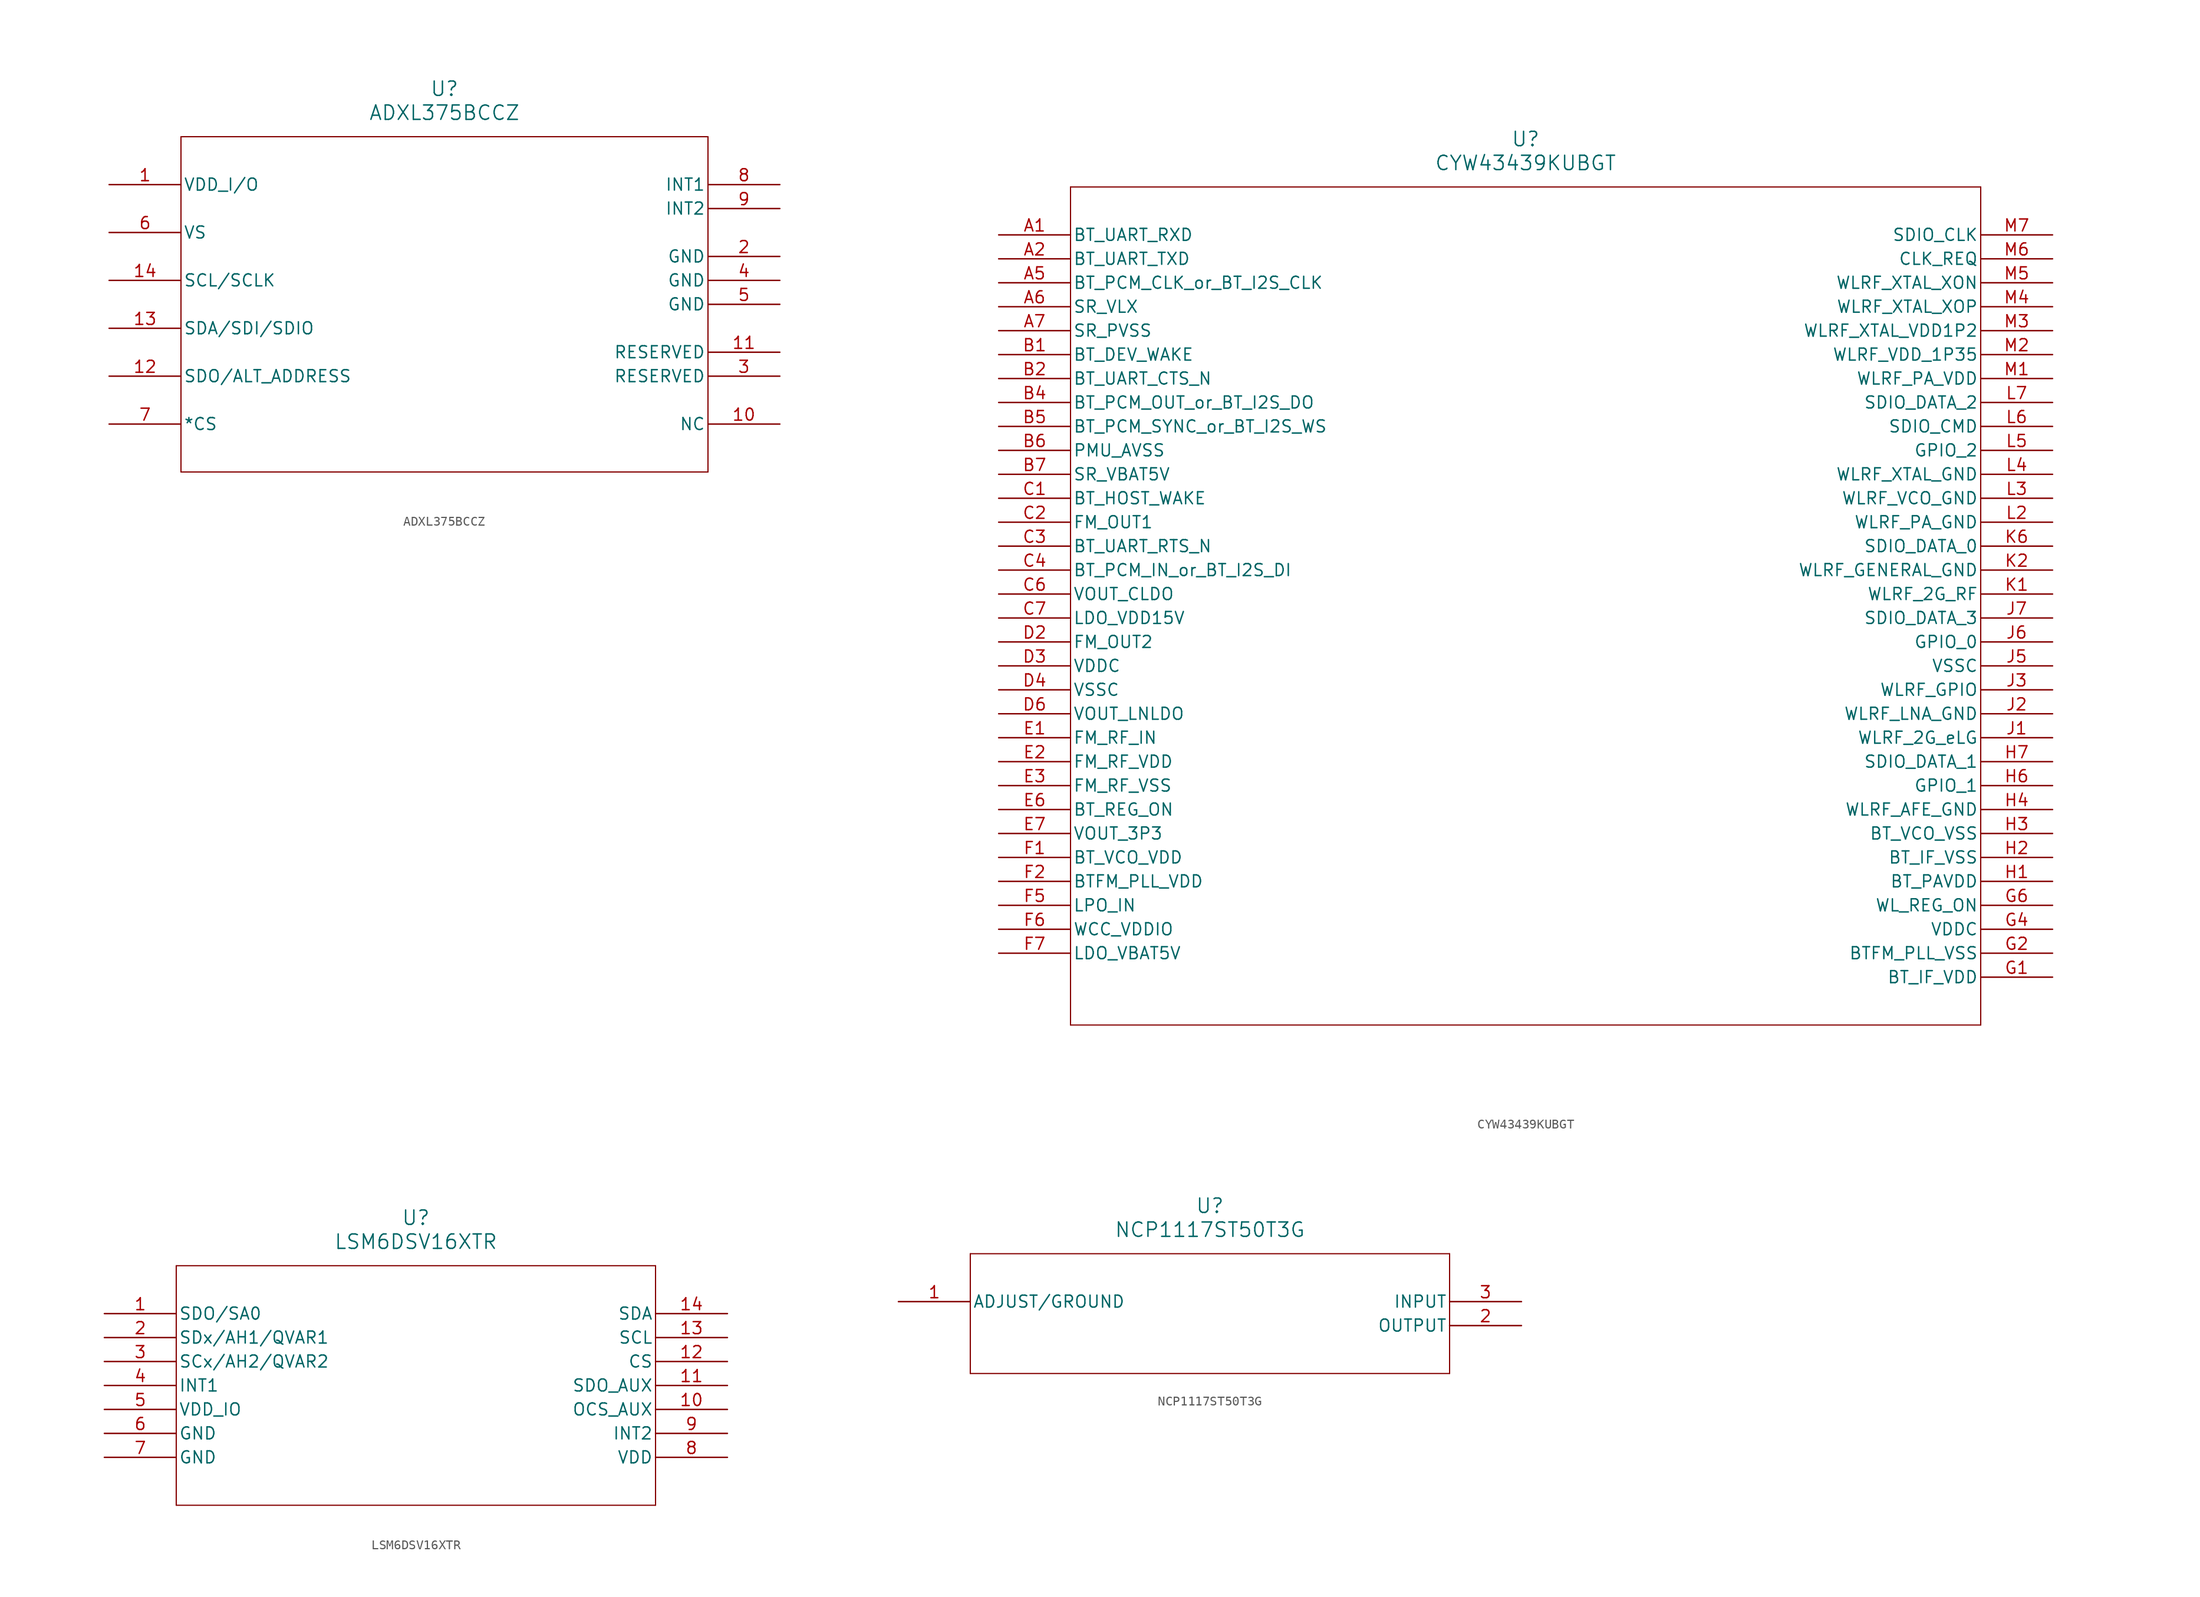
<source format=kicad_sym>
(kicad_symbol_lib
  (version 20231120)
  (generator "kicad_symbol_editor")
  (generator_version "8.0")
  (symbol "ADXL375BCCZ"
    (pin_names
      (offset 0.254))
    (property "Reference" "U"
      (at 35.56 10.16 0)
      (effects (font (size 1.524 1.524))))
    (property "Value" "ADXL375BCCZ"
      (at 35.56 7.62 0)
      (effects (font (size 1.524 1.524))))
    (property "ki_locked" ""
      (at 0 0 0)
      (effects (font (size 1.27 1.27))))
    (symbol "ADXL375BCCZ_0_1"
      (polyline (pts (xy 7.62 -30.48) (xy 63.5 -30.48)) (stroke (width 0.127) (type default)) (fill (type none)))
      (polyline (pts (xy 7.62 5.08) (xy 7.62 -30.48)) (stroke (width 0.127) (type default)) (fill (type none)))
      (polyline (pts (xy 63.5 -30.48) (xy 63.5 5.08)) (stroke (width 0.127) (type default)) (fill (type none)))
      (polyline (pts (xy 63.5 5.08) (xy 7.62 5.08)) (stroke (width 0.127) (type default)) (fill (type none)))
      (pin unspecified line (at 0 0 0) (length 7.62) (name "VDD_I/O" (effects (font (size 1.27 1.27)))) (number "1" (effects (font (size 1.27 1.27)))))
      (pin unspecified line (at 71.12 -25.4 180) (length 7.62) (name "NC" (effects (font (size 1.27 1.27)))) (number "10" (effects (font (size 1.27 1.27)))))
      (pin unspecified line (at 71.12 -17.78 180) (length 7.62) (name "RESERVED" (effects (font (size 1.27 1.27)))) (number "11" (effects (font (size 1.27 1.27)))))
      (pin unspecified line (at 0 -20.32 0) (length 7.62) (name "SDO/ALT_ADDRESS" (effects (font (size 1.27 1.27)))) (number "12" (effects (font (size 1.27 1.27)))))
      (pin unspecified line (at 0 -15.24 0) (length 7.62) (name "SDA/SDI/SDIO" (effects (font (size 1.27 1.27)))) (number "13" (effects (font (size 1.27 1.27)))))
      (pin unspecified line (at 0 -10.16 0) (length 7.62) (name "SCL/SCLK" (effects (font (size 1.27 1.27)))) (number "14" (effects (font (size 1.27 1.27)))))
      (pin unspecified line (at 71.12 -7.62 180) (length 7.62) (name "GND" (effects (font (size 1.27 1.27)))) (number "2" (effects (font (size 1.27 1.27)))))
      (pin unspecified line (at 71.12 -20.32 180) (length 7.62) (name "RESERVED" (effects (font (size 1.27 1.27)))) (number "3" (effects (font (size 1.27 1.27)))))
      (pin unspecified line (at 71.12 -10.16 180) (length 7.62) (name "GND" (effects (font (size 1.27 1.27)))) (number "4" (effects (font (size 1.27 1.27)))))
      (pin unspecified line (at 71.12 -12.7 180) (length 7.62) (name "GND" (effects (font (size 1.27 1.27)))) (number "5" (effects (font (size 1.27 1.27)))))
      (pin unspecified line (at 0 -5.08 0) (length 7.62) (name "VS" (effects (font (size 1.27 1.27)))) (number "6" (effects (font (size 1.27 1.27)))))
      (pin unspecified line (at 0 -25.4 0) (length 7.62) (name "*CS" (effects (font (size 1.27 1.27)))) (number "7" (effects (font (size 1.27 1.27)))))
      (pin unspecified line (at 71.12 0 180) (length 7.62) (name "INT1" (effects (font (size 1.27 1.27)))) (number "8" (effects (font (size 1.27 1.27)))))
      (pin unspecified line (at 71.12 -2.54 180) (length 7.62) (name "INT2" (effects (font (size 1.27 1.27)))) (number "9" (effects (font (size 1.27 1.27)))))))
  (symbol "CYW43439KUBGT"
    (pin_names
      (offset 0.254))
    (property "Reference" "U"
      (at 55.88 10.16 0)
      (effects (font (size 1.524 1.524))))
    (property "Value" "CYW43439KUBGT"
      (at 55.88 7.62 0)
      (effects (font (size 1.524 1.524))))
    (property "ki_locked" ""
      (at 0 0 0)
      (effects (font (size 1.27 1.27))))
    (symbol "CYW43439KUBGT_0_1"
      (polyline (pts (xy 7.62 -83.82) (xy 104.14 -83.82)) (stroke (width 0.127) (type default)) (fill (type none)))
      (polyline (pts (xy 7.62 5.08) (xy 7.62 -83.82)) (stroke (width 0.127) (type default)) (fill (type none)))
      (polyline (pts (xy 104.14 -83.82) (xy 104.14 5.08)) (stroke (width 0.127) (type default)) (fill (type none)))
      (polyline (pts (xy 104.14 5.08) (xy 7.62 5.08)) (stroke (width 0.127) (type default)) (fill (type none)))
      (pin input line (at 0 0 0) (length 7.62) (name "BT_UART_RXD" (effects (font (size 1.27 1.27)))) (number "A1" (effects (font (size 1.27 1.27)))))
      (pin output line (at 0 -2.54 0) (length 7.62) (name "BT_UART_TXD" (effects (font (size 1.27 1.27)))) (number "A2" (effects (font (size 1.27 1.27)))))
      (pin bidirectional line (at 0 -5.08 0) (length 7.62) (name "BT_PCM_CLK_or_BT_I2S_CLK" (effects (font (size 1.27 1.27)))) (number "A5" (effects (font (size 1.27 1.27)))))
      (pin output line (at 0 -7.62 0) (length 7.62) (name "SR_VLX" (effects (font (size 1.27 1.27)))) (number "A6" (effects (font (size 1.27 1.27)))))
      (pin power_in line (at 0 -10.16 0) (length 7.62) (name "SR_PVSS" (effects (font (size 1.27 1.27)))) (number "A7" (effects (font (size 1.27 1.27)))))
      (pin bidirectional line (at 0 -12.7 0) (length 7.62) (name "BT_DEV_WAKE" (effects (font (size 1.27 1.27)))) (number "B1" (effects (font (size 1.27 1.27)))))
      (pin input line (at 0 -15.24 0) (length 7.62) (name "BT_UART_CTS_N" (effects (font (size 1.27 1.27)))) (number "B2" (effects (font (size 1.27 1.27)))))
      (pin output line (at 0 -17.78 0) (length 7.62) (name "BT_PCM_OUT_or_BT_I2S_DO" (effects (font (size 1.27 1.27)))) (number "B4" (effects (font (size 1.27 1.27)))))
      (pin bidirectional line (at 0 -20.32 0) (length 7.62) (name "BT_PCM_SYNC_or_BT_I2S_WS" (effects (font (size 1.27 1.27)))) (number "B5" (effects (font (size 1.27 1.27)))))
      (pin power_in line (at 0 -22.86 0) (length 7.62) (name "PMU_AVSS" (effects (font (size 1.27 1.27)))) (number "B6" (effects (font (size 1.27 1.27)))))
      (pin input line (at 0 -25.4 0) (length 7.62) (name "SR_VBAT5V" (effects (font (size 1.27 1.27)))) (number "B7" (effects (font (size 1.27 1.27)))))
      (pin bidirectional line (at 0 -27.94 0) (length 7.62) (name "BT_HOST_WAKE" (effects (font (size 1.27 1.27)))) (number "C1" (effects (font (size 1.27 1.27)))))
      (pin output line (at 0 -30.48 0) (length 7.62) (name "FM_OUT1" (effects (font (size 1.27 1.27)))) (number "C2" (effects (font (size 1.27 1.27)))))
      (pin output line (at 0 -33.02 0) (length 7.62) (name "BT_UART_RTS_N" (effects (font (size 1.27 1.27)))) (number "C3" (effects (font (size 1.27 1.27)))))
      (pin input line (at 0 -35.56 0) (length 7.62) (name "BT_PCM_IN_or_BT_I2S_DI" (effects (font (size 1.27 1.27)))) (number "C4" (effects (font (size 1.27 1.27)))))
      (pin output line (at 0 -38.1 0) (length 7.62) (name "VOUT_CLDO" (effects (font (size 1.27 1.27)))) (number "C6" (effects (font (size 1.27 1.27)))))
      (pin input line (at 0 -40.64 0) (length 7.62) (name "LDO_VDD15V" (effects (font (size 1.27 1.27)))) (number "C7" (effects (font (size 1.27 1.27)))))
      (pin output line (at 0 -43.18 0) (length 7.62) (name "FM_OUT2" (effects (font (size 1.27 1.27)))) (number "D2" (effects (font (size 1.27 1.27)))))
      (pin power_in line (at 0 -45.72 0) (length 7.62) (name "VDDC" (effects (font (size 1.27 1.27)))) (number "D3" (effects (font (size 1.27 1.27)))))
      (pin power_in line (at 0 -48.26 0) (length 7.62) (name "VSSC" (effects (font (size 1.27 1.27)))) (number "D4" (effects (font (size 1.27 1.27)))))
      (pin output line (at 0 -50.8 0) (length 7.62) (name "VOUT_LNLDO" (effects (font (size 1.27 1.27)))) (number "D6" (effects (font (size 1.27 1.27)))))
      (pin input line (at 0 -53.34 0) (length 7.62) (name "FM_RF_IN" (effects (font (size 1.27 1.27)))) (number "E1" (effects (font (size 1.27 1.27)))))
      (pin input line (at 0 -55.88 0) (length 7.62) (name "FM_RF_VDD" (effects (font (size 1.27 1.27)))) (number "E2" (effects (font (size 1.27 1.27)))))
      (pin power_in line (at 0 -58.42 0) (length 7.62) (name "FM_RF_VSS" (effects (font (size 1.27 1.27)))) (number "E3" (effects (font (size 1.27 1.27)))))
      (pin input line (at 0 -60.96 0) (length 7.62) (name "BT_REG_ON" (effects (font (size 1.27 1.27)))) (number "E6" (effects (font (size 1.27 1.27)))))
      (pin power_in line (at 0 -63.5 0) (length 7.62) (name "VOUT_3P3" (effects (font (size 1.27 1.27)))) (number "E7" (effects (font (size 1.27 1.27)))))
      (pin input line (at 0 -66.04 0) (length 7.62) (name "BT_VCO_VDD" (effects (font (size 1.27 1.27)))) (number "F1" (effects (font (size 1.27 1.27)))))
      (pin input line (at 0 -68.58 0) (length 7.62) (name "BTFM_PLL_VDD" (effects (font (size 1.27 1.27)))) (number "F2" (effects (font (size 1.27 1.27)))))
      (pin input line (at 0 -71.12 0) (length 7.62) (name "LPO_IN" (effects (font (size 1.27 1.27)))) (number "F5" (effects (font (size 1.27 1.27)))))
      (pin power_in line (at 0 -73.66 0) (length 7.62) (name "WCC_VDDIO" (effects (font (size 1.27 1.27)))) (number "F6" (effects (font (size 1.27 1.27)))))
      (pin input line (at 0 -76.2 0) (length 7.62) (name "LDO_VBAT5V" (effects (font (size 1.27 1.27)))) (number "F7" (effects (font (size 1.27 1.27)))))
      (pin input line (at 111.76 -78.74 180) (length 7.62) (name "BT_IF_VDD" (effects (font (size 1.27 1.27)))) (number "G1" (effects (font (size 1.27 1.27)))))
      (pin power_in line (at 111.76 -76.2 180) (length 7.62) (name "BTFM_PLL_VSS" (effects (font (size 1.27 1.27)))) (number "G2" (effects (font (size 1.27 1.27)))))
      (pin power_in line (at 111.76 -73.66 180) (length 7.62) (name "VDDC" (effects (font (size 1.27 1.27)))) (number "G4" (effects (font (size 1.27 1.27)))))
      (pin input line (at 111.76 -71.12 180) (length 7.62) (name "WL_REG_ON" (effects (font (size 1.27 1.27)))) (number "G6" (effects (font (size 1.27 1.27)))))
      (pin input line (at 111.76 -68.58 180) (length 7.62) (name "BT_PAVDD" (effects (font (size 1.27 1.27)))) (number "H1" (effects (font (size 1.27 1.27)))))
      (pin power_in line (at 111.76 -66.04 180) (length 7.62) (name "BT_IF_VSS" (effects (font (size 1.27 1.27)))) (number "H2" (effects (font (size 1.27 1.27)))))
      (pin power_in line (at 111.76 -63.5 180) (length 7.62) (name "BT_VCO_VSS" (effects (font (size 1.27 1.27)))) (number "H3" (effects (font (size 1.27 1.27)))))
      (pin power_in line (at 111.76 -60.96 180) (length 7.62) (name "WLRF_AFE_GND" (effects (font (size 1.27 1.27)))) (number "H4" (effects (font (size 1.27 1.27)))))
      (pin bidirectional line (at 111.76 -58.42 180) (length 7.62) (name "GPIO_1" (effects (font (size 1.27 1.27)))) (number "H6" (effects (font (size 1.27 1.27)))))
      (pin bidirectional line (at 111.76 -55.88 180) (length 7.62) (name "SDIO_DATA_1" (effects (font (size 1.27 1.27)))) (number "H7" (effects (font (size 1.27 1.27)))))
      (pin input line (at 111.76 -53.34 180) (length 7.62) (name "WLRF_2G_eLG" (effects (font (size 1.27 1.27)))) (number "J1" (effects (font (size 1.27 1.27)))))
      (pin power_in line (at 111.76 -50.8 180) (length 7.62) (name "WLRF_LNA_GND" (effects (font (size 1.27 1.27)))) (number "J2" (effects (font (size 1.27 1.27)))))
      (pin bidirectional line (at 111.76 -48.26 180) (length 7.62) (name "WLRF_GPIO" (effects (font (size 1.27 1.27)))) (number "J3" (effects (font (size 1.27 1.27)))))
      (pin power_in line (at 111.76 -45.72 180) (length 7.62) (name "VSSC" (effects (font (size 1.27 1.27)))) (number "J5" (effects (font (size 1.27 1.27)))))
      (pin bidirectional line (at 111.76 -43.18 180) (length 7.62) (name "GPIO_0" (effects (font (size 1.27 1.27)))) (number "J6" (effects (font (size 1.27 1.27)))))
      (pin bidirectional line (at 111.76 -40.64 180) (length 7.62) (name "SDIO_DATA_3" (effects (font (size 1.27 1.27)))) (number "J7" (effects (font (size 1.27 1.27)))))
      (pin output line (at 111.76 -38.1 180) (length 7.62) (name "WLRF_2G_RF" (effects (font (size 1.27 1.27)))) (number "K1" (effects (font (size 1.27 1.27)))))
      (pin power_in line (at 111.76 -35.56 180) (length 7.62) (name "WLRF_GENERAL_GND" (effects (font (size 1.27 1.27)))) (number "K2" (effects (font (size 1.27 1.27)))))
      (pin bidirectional line (at 111.76 -33.02 180) (length 7.62) (name "SDIO_DATA_0" (effects (font (size 1.27 1.27)))) (number "K6" (effects (font (size 1.27 1.27)))))
      (pin power_in line (at 111.76 -30.48 180) (length 7.62) (name "WLRF_PA_GND" (effects (font (size 1.27 1.27)))) (number "L2" (effects (font (size 1.27 1.27)))))
      (pin power_in line (at 111.76 -27.94 180) (length 7.62) (name "WLRF_VCO_GND" (effects (font (size 1.27 1.27)))) (number "L3" (effects (font (size 1.27 1.27)))))
      (pin power_in line (at 111.76 -25.4 180) (length 7.62) (name "WLRF_XTAL_GND" (effects (font (size 1.27 1.27)))) (number "L4" (effects (font (size 1.27 1.27)))))
      (pin bidirectional line (at 111.76 -22.86 180) (length 7.62) (name "GPIO_2" (effects (font (size 1.27 1.27)))) (number "L5" (effects (font (size 1.27 1.27)))))
      (pin bidirectional line (at 111.76 -20.32 180) (length 7.62) (name "SDIO_CMD" (effects (font (size 1.27 1.27)))) (number "L6" (effects (font (size 1.27 1.27)))))
      (pin bidirectional line (at 111.76 -17.78 180) (length 7.62) (name "SDIO_DATA_2" (effects (font (size 1.27 1.27)))) (number "L7" (effects (font (size 1.27 1.27)))))
      (pin power_in line (at 111.76 -15.24 180) (length 7.62) (name "WLRF_PA_VDD" (effects (font (size 1.27 1.27)))) (number "M1" (effects (font (size 1.27 1.27)))))
      (pin power_in line (at 111.76 -12.7 180) (length 7.62) (name "WLRF_VDD_1P35" (effects (font (size 1.27 1.27)))) (number "M2" (effects (font (size 1.27 1.27)))))
      (pin power_in line (at 111.76 -10.16 180) (length 7.62) (name "WLRF_XTAL_VDD1P2" (effects (font (size 1.27 1.27)))) (number "M3" (effects (font (size 1.27 1.27)))))
      (pin input line (at 111.76 -7.62 180) (length 7.62) (name "WLRF_XTAL_XOP" (effects (font (size 1.27 1.27)))) (number "M4" (effects (font (size 1.27 1.27)))))
      (pin output line (at 111.76 -5.08 180) (length 7.62) (name "WLRF_XTAL_XON" (effects (font (size 1.27 1.27)))) (number "M5" (effects (font (size 1.27 1.27)))))
      (pin output line (at 111.76 -2.54 180) (length 7.62) (name "CLK_REQ" (effects (font (size 1.27 1.27)))) (number "M6" (effects (font (size 1.27 1.27)))))
      (pin input line (at 111.76 0 180) (length 7.62) (name "SDIO_CLK" (effects (font (size 1.27 1.27)))) (number "M7" (effects (font (size 1.27 1.27)))))))
  (symbol "LSM6DSV16XTR"
    (pin_names
      (offset 0.254))
    (property "Reference" "U"
      (at 33.02 10.16 0)
      (effects (font (size 1.524 1.524))))
    (property "Value" "LSM6DSV16XTR"
      (at 33.02 7.62 0)
      (effects (font (size 1.524 1.524))))
    (property "ki_locked" ""
      (at 0 0 0)
      (effects (font (size 1.27 1.27))))
    (symbol "LSM6DSV16XTR_0_1"
      (polyline (pts (xy 7.62 -20.32) (xy 58.42 -20.32)) (stroke (width 0.127) (type default)) (fill (type none)))
      (polyline (pts (xy 7.62 5.08) (xy 7.62 -20.32)) (stroke (width 0.127) (type default)) (fill (type none)))
      (polyline (pts (xy 58.42 -20.32) (xy 58.42 5.08)) (stroke (width 0.127) (type default)) (fill (type none)))
      (polyline (pts (xy 58.42 5.08) (xy 7.62 5.08)) (stroke (width 0.127) (type default)) (fill (type none)))
      (pin unspecified line (at 0 0 0) (length 7.62) (name "SDO/SA0" (effects (font (size 1.27 1.27)))) (number "1" (effects (font (size 1.27 1.27)))))
      (pin unspecified line (at 66.04 -10.16 180) (length 7.62) (name "OCS_AUX" (effects (font (size 1.27 1.27)))) (number "10" (effects (font (size 1.27 1.27)))))
      (pin unspecified line (at 66.04 -7.62 180) (length 7.62) (name "SDO_AUX" (effects (font (size 1.27 1.27)))) (number "11" (effects (font (size 1.27 1.27)))))
      (pin unspecified line (at 66.04 -5.08 180) (length 7.62) (name "CS" (effects (font (size 1.27 1.27)))) (number "12" (effects (font (size 1.27 1.27)))))
      (pin unspecified line (at 66.04 -2.54 180) (length 7.62) (name "SCL" (effects (font (size 1.27 1.27)))) (number "13" (effects (font (size 1.27 1.27)))))
      (pin unspecified line (at 66.04 0 180) (length 7.62) (name "SDA" (effects (font (size 1.27 1.27)))) (number "14" (effects (font (size 1.27 1.27)))))
      (pin unspecified line (at 0 -2.54 0) (length 7.62) (name "SDx/AH1/QVAR1" (effects (font (size 1.27 1.27)))) (number "2" (effects (font (size 1.27 1.27)))))
      (pin unspecified line (at 0 -5.08 0) (length 7.62) (name "SCx/AH2/QVAR2" (effects (font (size 1.27 1.27)))) (number "3" (effects (font (size 1.27 1.27)))))
      (pin input line (at 0 -7.62 0) (length 7.62) (name "INT1" (effects (font (size 1.27 1.27)))) (number "4" (effects (font (size 1.27 1.27)))))
      (pin power_in line (at 0 -10.16 0) (length 7.62) (name "VDD_IO" (effects (font (size 1.27 1.27)))) (number "5" (effects (font (size 1.27 1.27)))))
      (pin power_out line (at 0 -12.7 0) (length 7.62) (name "GND" (effects (font (size 1.27 1.27)))) (number "6" (effects (font (size 1.27 1.27)))))
      (pin power_out line (at 0 -15.24 0) (length 7.62) (name "GND" (effects (font (size 1.27 1.27)))) (number "7" (effects (font (size 1.27 1.27)))))
      (pin power_in line (at 66.04 -15.24 180) (length 7.62) (name "VDD" (effects (font (size 1.27 1.27)))) (number "8" (effects (font (size 1.27 1.27)))))
      (pin input line (at 66.04 -12.7 180) (length 7.62) (name "INT2" (effects (font (size 1.27 1.27)))) (number "9" (effects (font (size 1.27 1.27)))))))
  (symbol "NCP1117ST50T3G"
    (pin_names
      (offset 0.254))
    (property "Reference" "U"
      (at 33.02 10.16 0)
      (effects (font (size 1.524 1.524))))
    (property "Value" "NCP1117ST50T3G"
      (at 33.02 7.62 0)
      (effects (font (size 1.524 1.524))))
    (property "ki_locked" ""
      (at 0 0 0)
      (effects (font (size 1.27 1.27))))
    (symbol "NCP1117ST50T3G_0_1"
      (polyline (pts (xy 7.62 -7.62) (xy 58.42 -7.62)) (stroke (width 0.127) (type default)) (fill (type none)))
      (polyline (pts (xy 7.62 5.08) (xy 7.62 -7.62)) (stroke (width 0.127) (type default)) (fill (type none)))
      (polyline (pts (xy 58.42 -7.62) (xy 58.42 5.08)) (stroke (width 0.127) (type default)) (fill (type none)))
      (polyline (pts (xy 58.42 5.08) (xy 7.62 5.08)) (stroke (width 0.127) (type default)) (fill (type none)))
      (pin bidirectional line (at 0 0 0) (length 7.62) (name "ADJUST/GROUND" (effects (font (size 1.27 1.27)))) (number "1" (effects (font (size 1.27 1.27)))))
      (pin output line (at 66.04 -2.54 180) (length 7.62) (name "OUTPUT" (effects (font (size 1.27 1.27)))) (number "2" (effects (font (size 1.27 1.27)))))
      (pin input line (at 66.04 0 180) (length 7.62) (name "INPUT" (effects (font (size 1.27 1.27)))) (number "3" (effects (font (size 1.27 1.27))))))))
</source>
